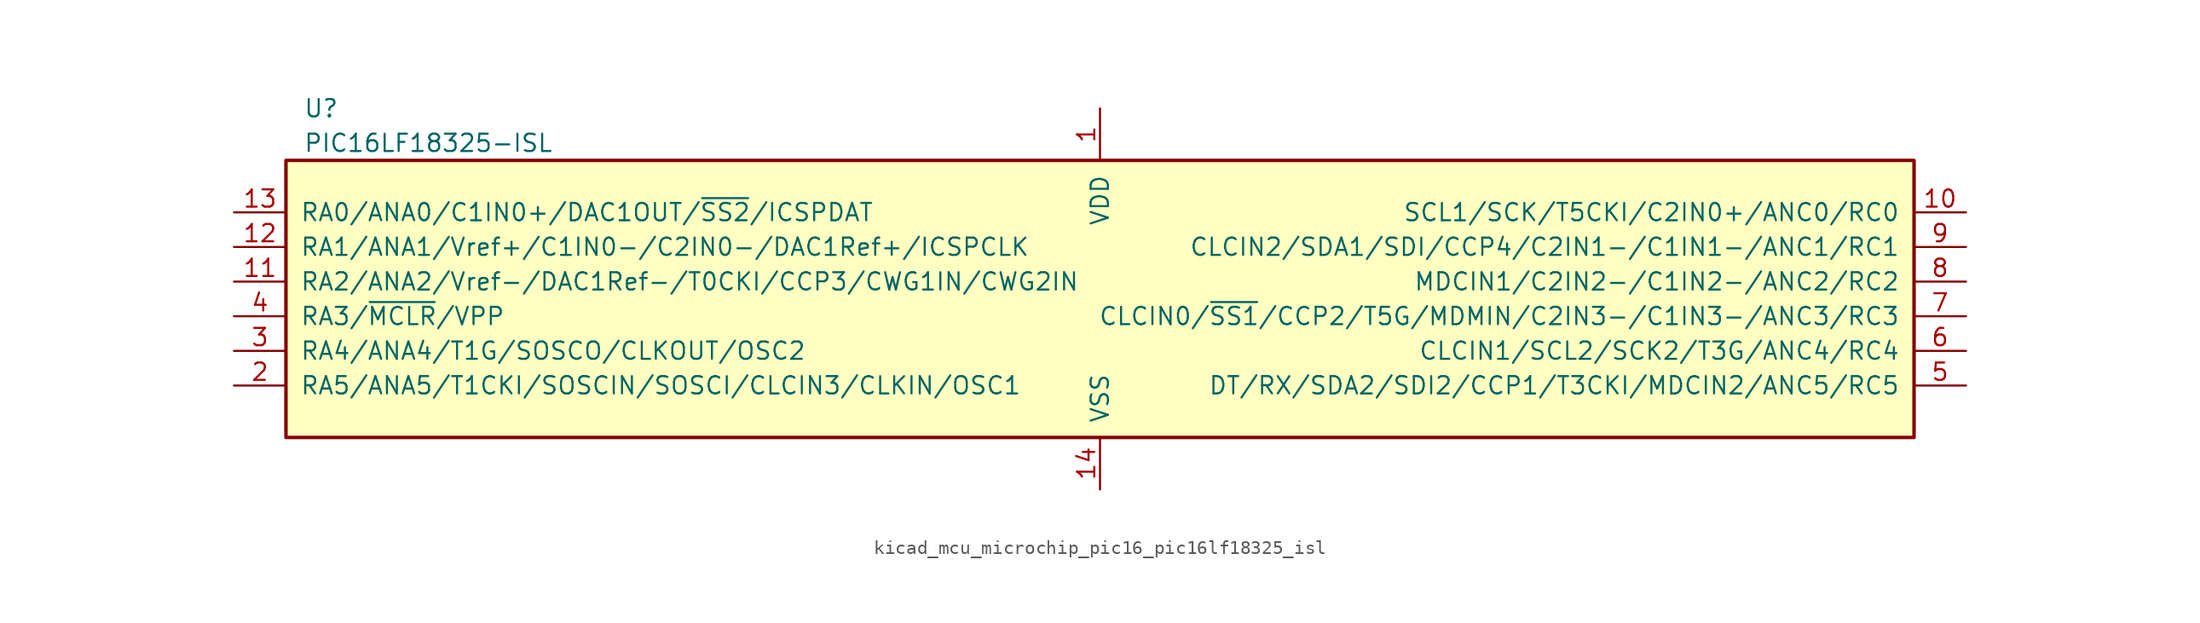
<source format=kicad_sym>
(kicad_symbol_lib
  (version 20220914)
  (generator kicad_symbol_editor)
  (symbol "kicad_mcu_microchip_pic16_pic16lf18325_isl"
    (pin_names
      (offset 1.016))
    (property "Reference" "U"
      (at -58.42 15.24 0)
      (effects (font (size 1.27 1.27)) (justify left)))
    (property "Value" "PIC16LF18325-ISL"
      (at -58.42 12.7 0)
      (effects (font (size 1.27 1.27)) (justify left)))
    (symbol "kicad_mcu_microchip_pic16_pic16lf18325_isl_1_1"
      (rectangle (start -59.69 11.43) (end 59.69 -8.89) (stroke (width 0.254) (type default)) (fill (type background)))
      (pin power_in line (at 0 15.24 270) (length 3.81) (name "VDD" (effects (font (size 1.27 1.27)))) (number "1" (effects (font (size 1.27 1.27)))))
      (pin bidirectional line (at 63.5 7.62 180) (length 3.81) (name "SCL1/SCK/T5CKI/C2IN0+/ANC0/RC0" (effects (font (size 1.27 1.27)))) (number "10" (effects (font (size 1.27 1.27)))))
      (pin bidirectional line (at -63.5 2.54 0) (length 3.81) (name "RA2/ANA2/Vref-/DAC1Ref-/T0CKI/CCP3/CWG1IN/CWG2IN" (effects (font (size 1.27 1.27)))) (number "11" (effects (font (size 1.27 1.27)))))
      (pin bidirectional line (at -63.5 5.08 0) (length 3.81) (name "RA1/ANA1/Vref+/C1IN0-/C2IN0-/DAC1Ref+/ICSPCLK" (effects (font (size 1.27 1.27)))) (number "12" (effects (font (size 1.27 1.27)))))
      (pin bidirectional line (at -63.5 7.62 0) (length 3.81) (name "RA0/ANA0/C1IN0+/DAC1OUT/~{SS2}/ICSPDAT" (effects (font (size 1.27 1.27)))) (number "13" (effects (font (size 1.27 1.27)))))
      (pin power_in line (at 0 -12.7 90) (length 3.81) (name "VSS" (effects (font (size 1.27 1.27)))) (number "14" (effects (font (size 1.27 1.27)))))
      (pin bidirectional line (at -63.5 -5.08 0) (length 3.81) (name "RA5/ANA5/T1CKI/SOSCIN/SOSCI/CLCIN3/CLKIN/OSC1" (effects (font (size 1.27 1.27)))) (number "2" (effects (font (size 1.27 1.27)))))
      (pin bidirectional line (at -63.5 -2.54 0) (length 3.81) (name "RA4/ANA4/T1G/SOSCO/CLKOUT/OSC2" (effects (font (size 1.27 1.27)))) (number "3" (effects (font (size 1.27 1.27)))))
      (pin bidirectional line (at -63.5 0 0) (length 3.81) (name "RA3/~{MCLR}/VPP" (effects (font (size 1.27 1.27)))) (number "4" (effects (font (size 1.27 1.27)))))
      (pin bidirectional line (at 63.5 -5.08 180) (length 3.81) (name "DT/RX/SDA2/SDI2/CCP1/T3CKI/MDCIN2/ANC5/RC5" (effects (font (size 1.27 1.27)))) (number "5" (effects (font (size 1.27 1.27)))))
      (pin bidirectional line (at 63.5 -2.54 180) (length 3.81) (name "CLCIN1/SCL2/SCK2/T3G/ANC4/RC4" (effects (font (size 1.27 1.27)))) (number "6" (effects (font (size 1.27 1.27)))))
      (pin bidirectional line (at 63.5 0 180) (length 3.81) (name "CLCIN0/~{SS1}/CCP2/T5G/MDMIN/C2IN3-/C1IN3-/ANC3/RC3" (effects (font (size 1.27 1.27)))) (number "7" (effects (font (size 1.27 1.27)))))
      (pin bidirectional line (at 63.5 2.54 180) (length 3.81) (name "MDCIN1/C2IN2-/C1IN2-/ANC2/RC2" (effects (font (size 1.27 1.27)))) (number "8" (effects (font (size 1.27 1.27)))))
      (pin bidirectional line (at 63.5 5.08 180) (length 3.81) (name "CLCIN2/SDA1/SDI/CCP4/C2IN1-/C1IN1-/ANC1/RC1" (effects (font (size 1.27 1.27)))) (number "9" (effects (font (size 1.27 1.27))))))))
</source>
